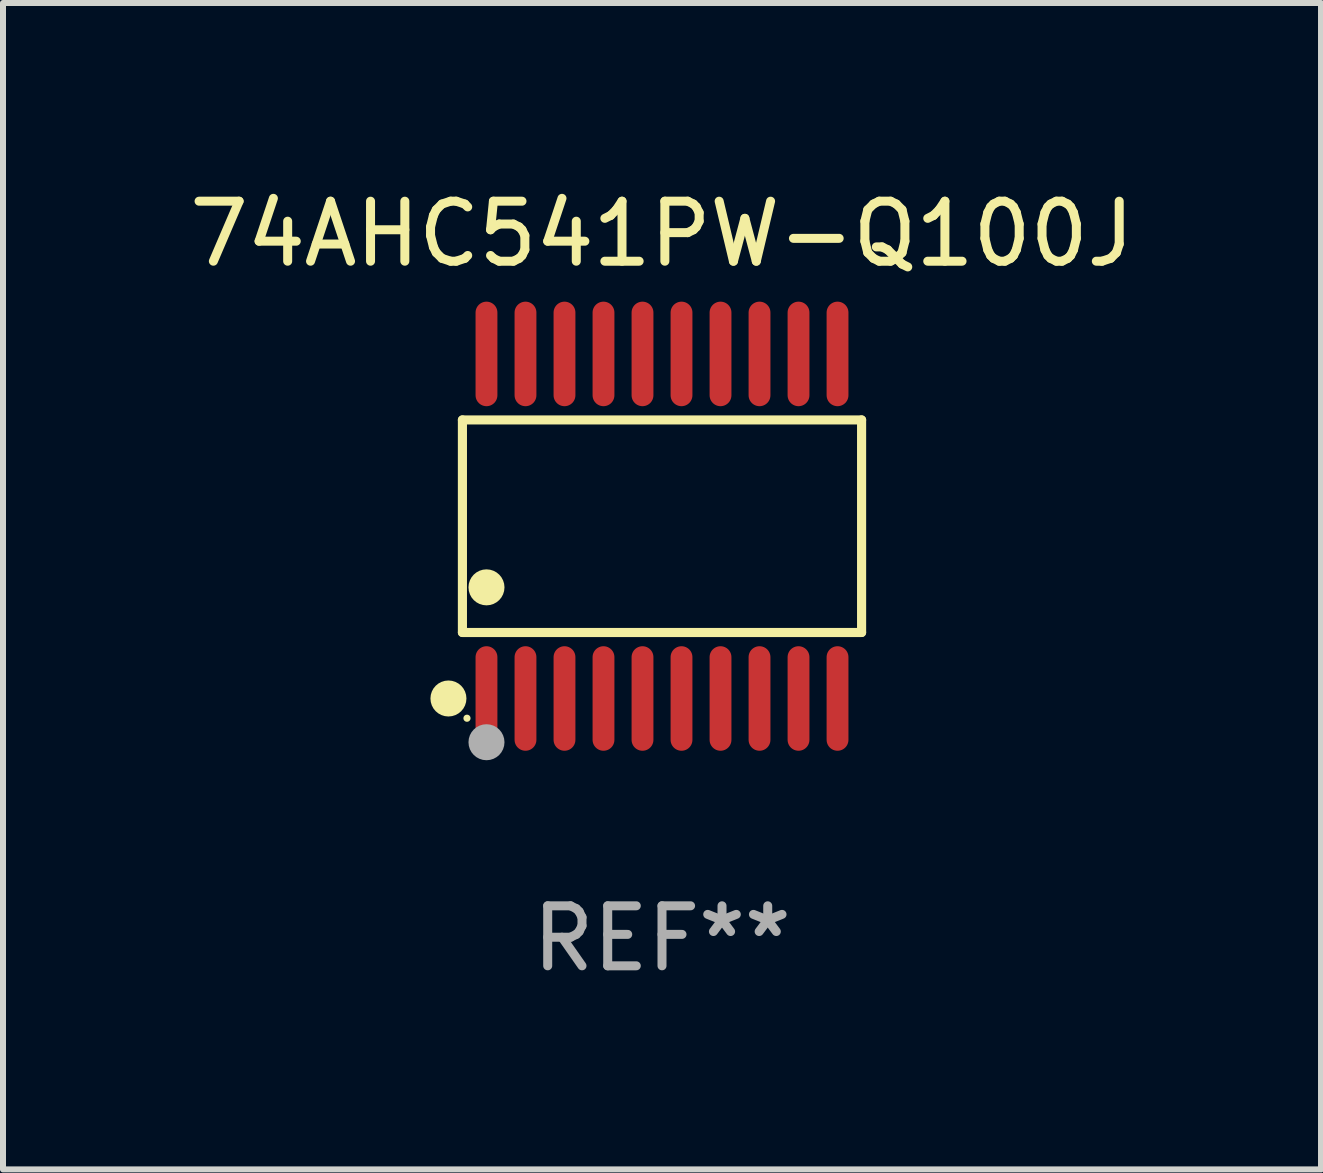
<source format=kicad_pcb>
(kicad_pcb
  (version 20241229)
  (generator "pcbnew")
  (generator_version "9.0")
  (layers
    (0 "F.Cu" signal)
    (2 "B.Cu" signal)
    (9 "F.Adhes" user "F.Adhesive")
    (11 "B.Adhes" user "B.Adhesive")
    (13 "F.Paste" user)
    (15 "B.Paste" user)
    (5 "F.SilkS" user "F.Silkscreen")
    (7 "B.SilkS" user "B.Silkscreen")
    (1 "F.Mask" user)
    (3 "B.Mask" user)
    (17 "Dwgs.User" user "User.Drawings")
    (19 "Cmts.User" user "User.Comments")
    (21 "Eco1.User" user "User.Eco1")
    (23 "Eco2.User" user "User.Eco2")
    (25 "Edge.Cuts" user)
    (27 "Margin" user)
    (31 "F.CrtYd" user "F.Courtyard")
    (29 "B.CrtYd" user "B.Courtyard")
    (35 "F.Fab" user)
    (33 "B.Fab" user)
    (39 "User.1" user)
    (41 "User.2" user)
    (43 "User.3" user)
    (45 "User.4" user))
  (footprint "74AHC541PW-Q100J"
    (layer "F.Cu")
    (at 7.982 5.719)
    (property "Reference" "74AHC541PW-Q100J" (at 0 -4.871 0) (layer "F.SilkS") (effects (font (size 1 1) (thickness 0.15))))
    (attr through_hole)
    (fp_line (start -3.326 -1.771) (end 3.326 -1.771) (stroke (width 0.152) (type solid)) (layer "F.SilkS"))
    (fp_line (start -3.326 1.771) (end -3.326 -1.771) (stroke (width 0.152) (type solid)) (layer "F.SilkS"))
    (fp_line (start 3.326 -1.771) (end 3.326 1.771) (stroke (width 0.152) (type solid)) (layer "F.SilkS"))
    (fp_line (start 3.326 1.771) (end -3.326 1.771) (stroke (width 0.152) (type solid)) (layer "F.SilkS"))
    (fp_circle (center -3.559 2.871) (end -3.409 2.871) (stroke (width 0.3) (type solid)) (fill no) (layer "F.SilkS"))
    (fp_circle (center -3.25 3.2) (end -3.22 3.2) (stroke (width 0.06) (type solid)) (fill no) (layer "F.SilkS"))
    (fp_circle (center -2.925 1.019) (end -2.775 1.019) (stroke (width 0.3) (type solid)) (fill no) (layer "F.SilkS"))
    (fp_circle (center -2.925 3.6) (end -2.775 3.6) (stroke (width 0.3) (type solid)) (fill no) (layer "F.Fab"))
    (fp_text user "REF**" (at 0 6.871 0) (layer "F.Fab") (effects (font (size 1 1) (thickness 0.15))))
    (pad "1" smd oval (at -2.925 2.871) (size 0.364 1.742) (layers "F.Cu" "F.Mask" "F.Paste"))
    (pad "2" smd oval (at -2.275 2.871) (size 0.364 1.742) (layers "F.Cu" "F.Mask" "F.Paste"))
    (pad "3" smd oval (at -1.625 2.871) (size 0.364 1.742) (layers "F.Cu" "F.Mask" "F.Paste"))
    (pad "4" smd oval (at -0.975 2.871) (size 0.364 1.742) (layers "F.Cu" "F.Mask" "F.Paste"))
    (pad "5" smd oval (at -0.325 2.871) (size 0.364 1.742) (layers "F.Cu" "F.Mask" "F.Paste"))
    (pad "6" smd oval (at 0.325 2.871) (size 0.364 1.742) (layers "F.Cu" "F.Mask" "F.Paste"))
    (pad "7" smd oval (at 0.975 2.871) (size 0.364 1.742) (layers "F.Cu" "F.Mask" "F.Paste"))
    (pad "8" smd oval (at 1.625 2.871) (size 0.364 1.742) (layers "F.Cu" "F.Mask" "F.Paste"))
    (pad "9" smd oval (at 2.275 2.871) (size 0.364 1.742) (layers "F.Cu" "F.Mask" "F.Paste"))
    (pad "10" smd oval (at 2.925 2.871) (size 0.364 1.742) (layers "F.Cu" "F.Mask" "F.Paste"))
    (pad "11" smd oval (at 2.925 -2.871) (size 0.364 1.742) (layers "F.Cu" "F.Mask" "F.Paste"))
    (pad "12" smd oval (at 2.275 -2.871) (size 0.364 1.742) (layers "F.Cu" "F.Mask" "F.Paste"))
    (pad "13" smd oval (at 1.625 -2.871) (size 0.364 1.742) (layers "F.Cu" "F.Mask" "F.Paste"))
    (pad "14" smd oval (at 0.975 -2.871) (size 0.364 1.742) (layers "F.Cu" "F.Mask" "F.Paste"))
    (pad "15" smd oval (at 0.325 -2.871) (size 0.364 1.742) (layers "F.Cu" "F.Mask" "F.Paste"))
    (pad "16" smd oval (at -0.325 -2.871) (size 0.364 1.742) (layers "F.Cu" "F.Mask" "F.Paste"))
    (pad "17" smd oval (at -0.975 -2.871) (size 0.364 1.742) (layers "F.Cu" "F.Mask" "F.Paste"))
    (pad "18" smd oval (at -1.625 -2.871) (size 0.364 1.742) (layers "F.Cu" "F.Mask" "F.Paste"))
    (pad "19" smd oval (at -2.275 -2.871) (size 0.364 1.742) (layers "F.Cu" "F.Mask" "F.Paste"))
    (pad "20" smd oval (at -2.925 -2.871) (size 0.364 1.742) (layers "F.Cu" "F.Mask" "F.Paste")))
  (gr_rect
    (start -3 -3)
    (end 18.964 16.438)
    (stroke (width 0.1) (type default))
    (fill no)
    (layer "Edge.Cuts")))
</source>
